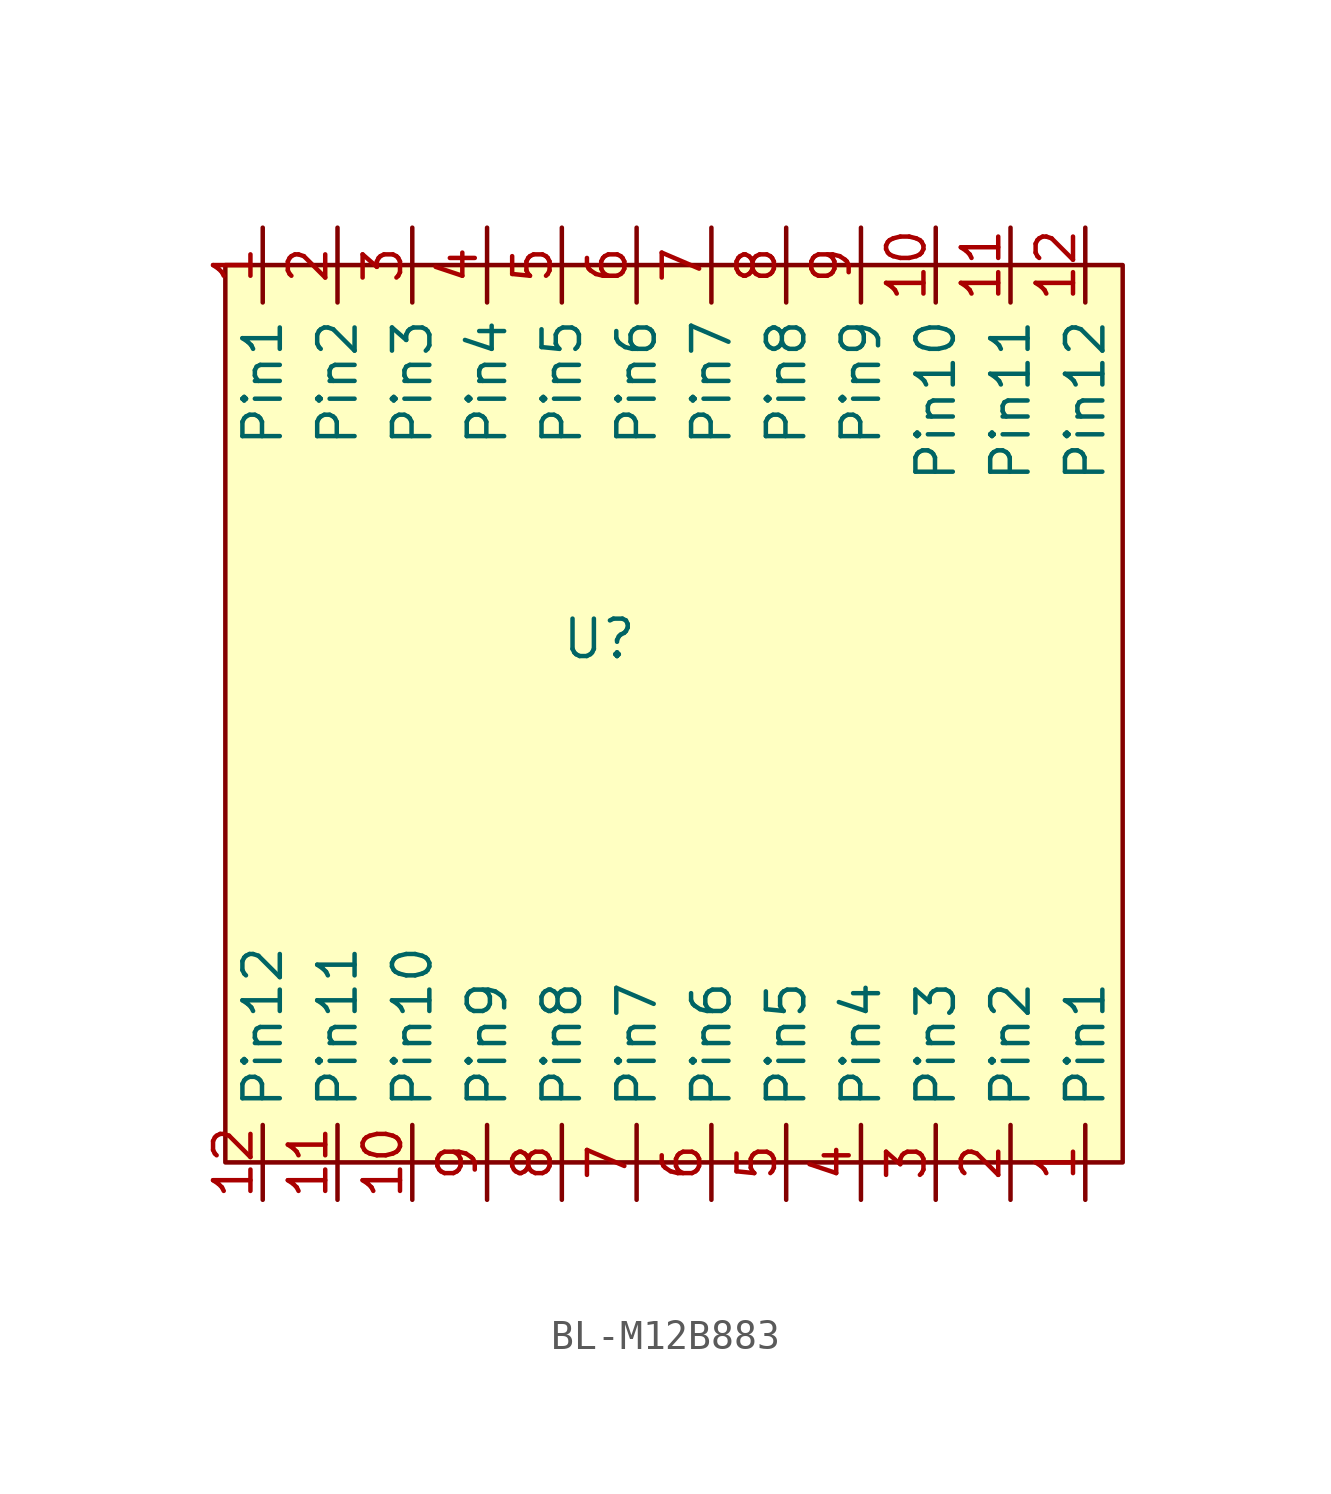
<source format=kicad_sym>
(kicad_symbol_lib
  (version 20231120)
  (generator "kicad_symbol_editor")
  (generator_version "8.0")
  (symbol "BL-M12B883"
    (property "Reference" "U"
      (at 0 0 0)
      (effects (font (size 1.27 1.27))))
    (property "Value" ""
      (at 0 0 0)
      (effects (font (size 1.27 1.27))))
    (symbol "BL-M12B883_1_1"
      (rectangle (start -12.7 12.7) (end 17.78 -17.78) (stroke (width 0) (type default)) (fill (type background)))
      (pin input line (at -11.43 13.97 270) (length 2.54) (name "Pin1" (effects (font (size 1.27 1.27)))) (number "1" (effects (font (size 1.27 1.27)))))
      (pin input line (at 16.51 -19.05 90) (length 2.54) (name "Pin1" (effects (font (size 1.27 1.27)))) (number "1" (effects (font (size 1.27 1.27)))))
      (pin input line (at -6.35 -19.05 90) (length 2.54) (name "Pin10" (effects (font (size 1.27 1.27)))) (number "10" (effects (font (size 1.27 1.27)))))
      (pin input line (at 11.43 13.97 270) (length 2.54) (name "Pin10" (effects (font (size 1.27 1.27)))) (number "10" (effects (font (size 1.27 1.27)))))
      (pin input line (at -8.89 -19.05 90) (length 2.54) (name "Pin11" (effects (font (size 1.27 1.27)))) (number "11" (effects (font (size 1.27 1.27)))))
      (pin input line (at 13.97 13.97 270) (length 2.54) (name "Pin11" (effects (font (size 1.27 1.27)))) (number "11" (effects (font (size 1.27 1.27)))))
      (pin input line (at -11.43 -19.05 90) (length 2.54) (name "Pin12" (effects (font (size 1.27 1.27)))) (number "12" (effects (font (size 1.27 1.27)))))
      (pin input line (at 16.51 13.97 270) (length 2.54) (name "Pin12" (effects (font (size 1.27 1.27)))) (number "12" (effects (font (size 1.27 1.27)))))
      (pin input line (at -8.89 13.97 270) (length 2.54) (name "Pin2" (effects (font (size 1.27 1.27)))) (number "2" (effects (font (size 1.27 1.27)))))
      (pin input line (at 13.97 -19.05 90) (length 2.54) (name "Pin2" (effects (font (size 1.27 1.27)))) (number "2" (effects (font (size 1.27 1.27)))))
      (pin input line (at -6.35 13.97 270) (length 2.54) (name "Pin3" (effects (font (size 1.27 1.27)))) (number "3" (effects (font (size 1.27 1.27)))))
      (pin input line (at 11.43 -19.05 90) (length 2.54) (name "Pin3" (effects (font (size 1.27 1.27)))) (number "3" (effects (font (size 1.27 1.27)))))
      (pin input line (at -3.81 13.97 270) (length 2.54) (name "Pin4" (effects (font (size 1.27 1.27)))) (number "4" (effects (font (size 1.27 1.27)))))
      (pin input line (at 8.89 -19.05 90) (length 2.54) (name "Pin4" (effects (font (size 1.27 1.27)))) (number "4" (effects (font (size 1.27 1.27)))))
      (pin input line (at -1.27 13.97 270) (length 2.54) (name "Pin5" (effects (font (size 1.27 1.27)))) (number "5" (effects (font (size 1.27 1.27)))))
      (pin input line (at 6.35 -19.05 90) (length 2.54) (name "Pin5" (effects (font (size 1.27 1.27)))) (number "5" (effects (font (size 1.27 1.27)))))
      (pin input line (at 1.27 13.97 270) (length 2.54) (name "Pin6" (effects (font (size 1.27 1.27)))) (number "6" (effects (font (size 1.27 1.27)))))
      (pin input line (at 3.81 -19.05 90) (length 2.54) (name "Pin6" (effects (font (size 1.27 1.27)))) (number "6" (effects (font (size 1.27 1.27)))))
      (pin input line (at 1.27 -19.05 90) (length 2.54) (name "Pin7" (effects (font (size 1.27 1.27)))) (number "7" (effects (font (size 1.27 1.27)))))
      (pin input line (at 3.81 13.97 270) (length 2.54) (name "Pin7" (effects (font (size 1.27 1.27)))) (number "7" (effects (font (size 1.27 1.27)))))
      (pin input line (at -1.27 -19.05 90) (length 2.54) (name "Pin8" (effects (font (size 1.27 1.27)))) (number "8" (effects (font (size 1.27 1.27)))))
      (pin input line (at 6.35 13.97 270) (length 2.54) (name "Pin8" (effects (font (size 1.27 1.27)))) (number "8" (effects (font (size 1.27 1.27)))))
      (pin input line (at -3.81 -19.05 90) (length 2.54) (name "Pin9" (effects (font (size 1.27 1.27)))) (number "9" (effects (font (size 1.27 1.27)))))
      (pin input line (at 8.89 13.97 270) (length 2.54) (name "Pin9" (effects (font (size 1.27 1.27)))) (number "9" (effects (font (size 1.27 1.27))))))))
</source>
